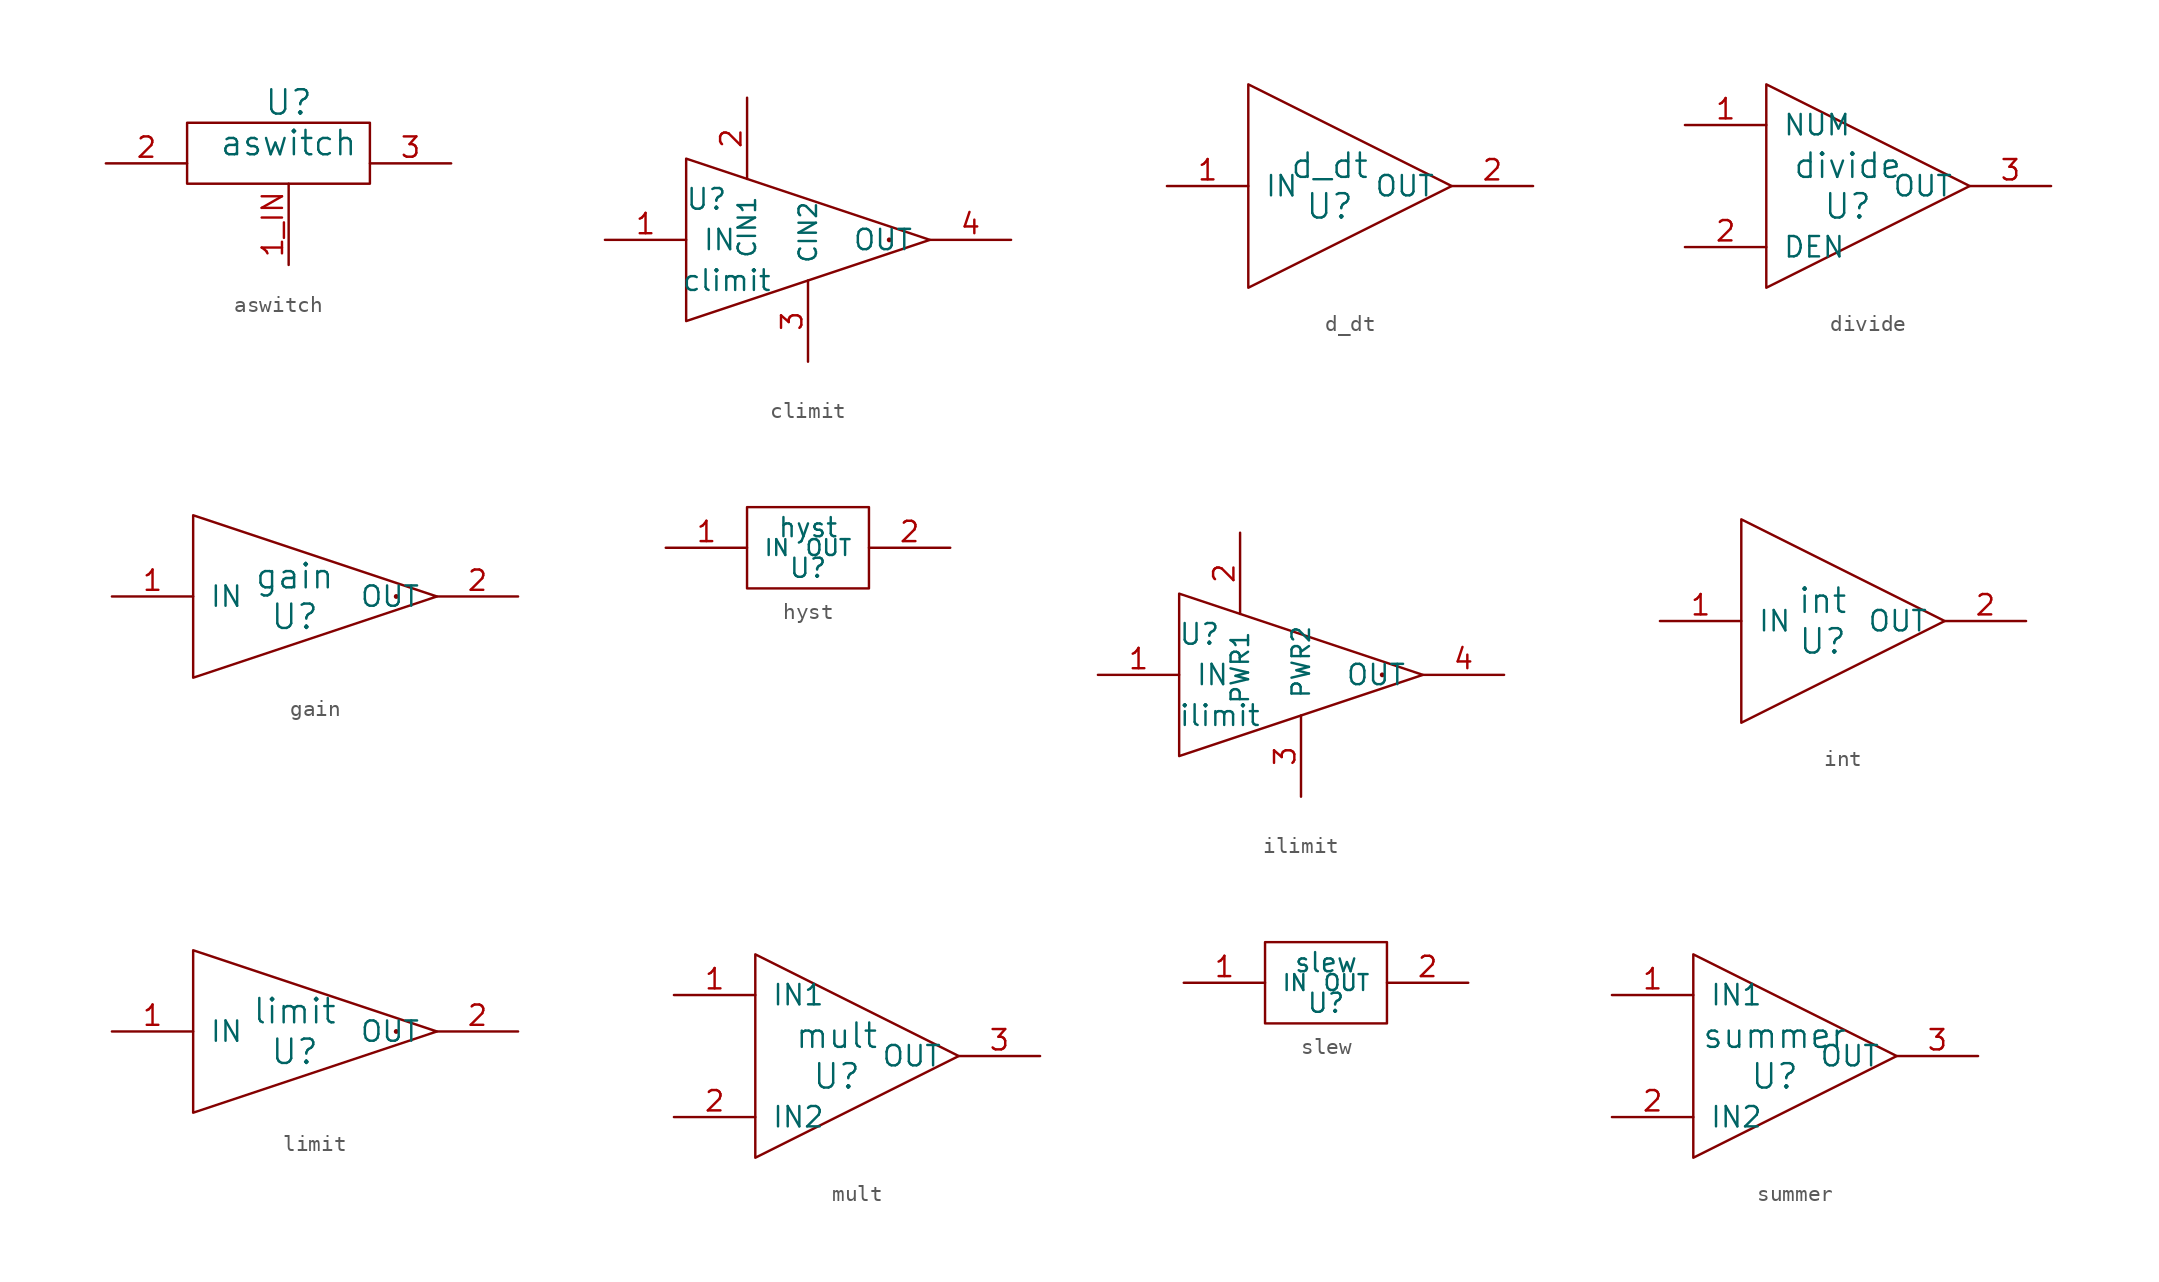
<source format=kicad_sym>
(kicad_symbol_lib
  (version 20211014)
  (generator kicad_symbol_editor)
  (symbol "aswitch"
    (pin_names
      (offset 1.016))
    (property "Reference" "U"
      (at 11.43 7.62 0)
      (effects (font (size 1.524 1.524))))
    (property "Value" "aswitch"
      (at 11.43 5.08 0)
      (effects (font (size 1.524 1.524))))
    (property "Footprint" ""
      (at 11.43 2.54 0)
      (effects (font (size 1.524 1.524))))
    (property "Datasheet" ""
      (at 11.43 2.54 0)
      (effects (font (size 1.524 1.524))))
    (symbol "aswitch_0_1"
      (rectangle (start 5.08 6.35) (end 16.51 2.54) (stroke (width 0) (type default) (color 0 0 0 0)) (fill (type none))))
    (symbol "aswitch_1_1"
      (pin input line (at 11.43 -2.54 90) (length 5.08) (name "~" (effects (font (size 0.508 0.508)))) (number "1_IN" (effects (font (size 1.27 1.27)))))
      (pin output line (at 0 3.81 0) (length 5.08) (name "~" (effects (font (size 1.27 1.27)))) (number "2" (effects (font (size 1.27 1.27)))))
      (pin output line (at 21.59 3.81 180) (length 5.08) (name "~" (effects (font (size 1.27 1.27)))) (number "3" (effects (font (size 1.27 1.27)))))))
  (symbol "climit"
    (pin_names
      (offset 1.016))
    (property "Reference" "U"
      (at -3.81 2.54 0)
      (effects (font (size 1.295 1.295))))
    (property "Value" "climit"
      (at -2.54 -2.54 0)
      (effects (font (size 1.295 1.295))))
    (property "Footprint" ""
      (at 0 1.27 0)
      (effects (font (size 1.524 1.524))))
    (property "Datasheet" ""
      (at 0 1.27 0)
      (effects (font (size 1.524 1.524))))
    (symbol "climit_0_1"
      (polyline (pts (xy -5.08 5.08) (xy -5.08 -5.08) (xy 10.16 0) (xy -5.08 5.08)) (stroke (width 0) (type default) (color 0 0 0 0)) (fill (type none)))
      (circle (center 7.62 0) (radius 0.0001) (stroke (width 0) (type default) (color 0 0 0 0)) (fill (type none))))
    (symbol "climit_1_1"
      (pin input line (at -10.16 0 0) (length 5.08) (name "IN" (effects (font (size 1.27 1.27)))) (number "1" (effects (font (size 1.27 1.27)))))
      (pin input line (at -1.27 8.89 270) (length 5.08) (name "CIN1" (effects (font (size 1.092 1.092)))) (number "2" (effects (font (size 1.27 1.27)))))
      (pin input line (at 2.54 -7.62 90) (length 5.08) (name "CIN2" (effects (font (size 1.092 1.092)))) (number "3" (effects (font (size 1.27 1.27)))))
      (pin output line (at 15.24 0 180) (length 5.08) (name "OUT" (effects (font (size 1.27 1.27)))) (number "4" (effects (font (size 1.27 1.27)))))))
  (symbol "d_dt"
    (pin_names
      (offset 1.016))
    (property "Reference" "U"
      (at 0 -1.27 0)
      (effects (font (size 1.524 1.524))))
    (property "Value" "d_dt"
      (at 0 1.27 0)
      (effects (font (size 1.524 1.524))))
    (property "Footprint" ""
      (at 0 0 0)
      (effects (font (size 1.524 1.524))))
    (property "Datasheet" ""
      (at 0 0 0)
      (effects (font (size 1.524 1.524))))
    (symbol "d_dt_0_1"
      (polyline (pts (xy -5.08 6.35) (xy -5.08 -6.35) (xy 7.62 0) (xy -5.08 6.35)) (stroke (width 0) (type default) (color 0 0 0 0)) (fill (type none))))
    (symbol "d_dt_1_1"
      (pin input line (at -10.16 0 0) (length 5.08) (name "IN" (effects (font (size 1.27 1.27)))) (number "1" (effects (font (size 1.27 1.27)))))
      (pin output line (at 12.7 0 180) (length 5.08) (name "OUT" (effects (font (size 1.27 1.27)))) (number "2" (effects (font (size 1.27 1.27)))))))
  (symbol "divide"
    (pin_names
      (offset 1.016))
    (property "Reference" "U"
      (at 0 -1.27 0)
      (effects (font (size 1.524 1.524))))
    (property "Value" "divide"
      (at 0 1.27 0)
      (effects (font (size 1.524 1.524))))
    (property "Footprint" ""
      (at 0 0 0)
      (effects (font (size 1.524 1.524))))
    (property "Datasheet" ""
      (at 0 0 0)
      (effects (font (size 1.524 1.524))))
    (symbol "divide_0_1"
      (polyline (pts (xy -5.08 6.35) (xy -5.08 -6.35) (xy 7.62 0) (xy -5.08 6.35)) (stroke (width 0) (type default) (color 0 0 0 0)) (fill (type none))))
    (symbol "divide_1_1"
      (pin input line (at -10.16 3.81 0) (length 5.08) (name "NUM" (effects (font (size 1.27 1.27)))) (number "1" (effects (font (size 1.27 1.27)))))
      (pin input line (at -10.16 -3.81 0) (length 5.08) (name "DEN" (effects (font (size 1.27 1.27)))) (number "2" (effects (font (size 1.27 1.27)))))
      (pin output line (at 12.7 0 180) (length 5.08) (name "OUT" (effects (font (size 1.27 1.27)))) (number "3" (effects (font (size 1.27 1.27)))))))
  (symbol "gain"
    (pin_names
      (offset 1.016))
    (property "Reference" "U"
      (at 1.27 -1.27 0)
      (effects (font (size 1.524 1.524))))
    (property "Value" "gain"
      (at 1.27 1.27 0)
      (effects (font (size 1.524 1.524))))
    (property "Footprint" ""
      (at 0 1.27 0)
      (effects (font (size 1.524 1.524))))
    (property "Datasheet" ""
      (at 0 1.27 0)
      (effects (font (size 1.524 1.524))))
    (symbol "gain_0_1"
      (polyline (pts (xy -5.08 5.08) (xy -5.08 -5.08) (xy 10.16 0) (xy -5.08 5.08)) (stroke (width 0) (type default) (color 0 0 0 0)) (fill (type none)))
      (circle (center 7.62 0) (radius 0.0001) (stroke (width 0) (type default) (color 0 0 0 0)) (fill (type none))))
    (symbol "gain_1_1"
      (pin input line (at -10.16 0 0) (length 5.08) (name "IN" (effects (font (size 1.27 1.27)))) (number "1" (effects (font (size 1.27 1.27)))))
      (pin output line (at 15.24 0 180) (length 5.08) (name "OUT" (effects (font (size 1.27 1.27)))) (number "2" (effects (font (size 1.27 1.27)))))))
  (symbol "hyst"
    (pin_names
      (offset 1.016))
    (property "Reference" "U"
      (at 0 0 0)
      (effects (font (size 1.194 1.194))))
    (property "Value" "hyst"
      (at 0 2.54 0)
      (effects (font (size 1.194 1.194))))
    (property "Footprint" ""
      (at 0 0 0)
      (effects (font (size 1.524 1.524))))
    (property "Datasheet" ""
      (at 0 0 0)
      (effects (font (size 1.524 1.524))))
    (symbol "hyst_0_1"
      (rectangle (start -3.81 3.81) (end 3.81 -1.27) (stroke (width 0) (type default) (color 0 0 0 0)) (fill (type none))))
    (symbol "hyst_1_1"
      (pin input line (at -8.89 1.27 0) (length 5.08) (name "IN" (effects (font (size 0.991 0.991)))) (number "1" (effects (font (size 1.27 1.27)))))
      (pin output line (at 8.89 1.27 180) (length 5.08) (name "OUT" (effects (font (size 0.991 0.991)))) (number "2" (effects (font (size 1.27 1.27)))))))
  (symbol "ilimit"
    (pin_names
      (offset 1.016))
    (property "Reference" "U"
      (at -3.81 2.54 0)
      (effects (font (size 1.295 1.295))))
    (property "Value" "ilimit"
      (at -2.54 -2.54 0)
      (effects (font (size 1.295 1.295))))
    (property "Footprint" ""
      (at 0 1.27 0)
      (effects (font (size 1.524 1.524))))
    (property "Datasheet" ""
      (at 0 1.27 0)
      (effects (font (size 1.524 1.524))))
    (symbol "ilimit_0_1"
      (polyline (pts (xy -5.08 5.08) (xy -5.08 -5.08) (xy 10.16 0) (xy -5.08 5.08)) (stroke (width 0) (type default) (color 0 0 0 0)) (fill (type none)))
      (circle (center 7.62 0) (radius 0.0001) (stroke (width 0) (type default) (color 0 0 0 0)) (fill (type none))))
    (symbol "ilimit_1_1"
      (pin input line (at -10.16 0 0) (length 5.08) (name "IN" (effects (font (size 1.27 1.27)))) (number "1" (effects (font (size 1.27 1.27)))))
      (pin bidirectional line (at -1.27 8.89 270) (length 5.08) (name "PWR1" (effects (font (size 1.092 1.092)))) (number "2" (effects (font (size 1.27 1.27)))))
      (pin bidirectional line (at 2.54 -7.62 90) (length 5.08) (name "PWR2" (effects (font (size 1.092 1.092)))) (number "3" (effects (font (size 1.27 1.27)))))
      (pin output line (at 15.24 0 180) (length 5.08) (name "OUT" (effects (font (size 1.27 1.27)))) (number "4" (effects (font (size 1.27 1.27)))))))
  (symbol "int"
    (pin_names
      (offset 1.016))
    (property "Reference" "U"
      (at 0 -1.27 0)
      (effects (font (size 1.524 1.524))))
    (property "Value" "int"
      (at 0 1.27 0)
      (effects (font (size 1.524 1.524))))
    (property "Footprint" ""
      (at 0 0 0)
      (effects (font (size 1.524 1.524))))
    (property "Datasheet" ""
      (at 0 0 0)
      (effects (font (size 1.524 1.524))))
    (symbol "int_0_1"
      (polyline (pts (xy -5.08 6.35) (xy -5.08 -6.35) (xy 7.62 0) (xy -5.08 6.35)) (stroke (width 0) (type default) (color 0 0 0 0)) (fill (type none))))
    (symbol "int_1_1"
      (pin input line (at -10.16 0 0) (length 5.08) (name "IN" (effects (font (size 1.27 1.27)))) (number "1" (effects (font (size 1.27 1.27)))))
      (pin output line (at 12.7 0 180) (length 5.08) (name "OUT" (effects (font (size 1.27 1.27)))) (number "2" (effects (font (size 1.27 1.27)))))))
  (symbol "limit"
    (pin_names
      (offset 1.016))
    (property "Reference" "U"
      (at 1.27 -1.27 0)
      (effects (font (size 1.524 1.524))))
    (property "Value" "limit"
      (at 1.27 1.27 0)
      (effects (font (size 1.524 1.524))))
    (property "Footprint" ""
      (at 0 1.27 0)
      (effects (font (size 1.524 1.524))))
    (property "Datasheet" ""
      (at 0 1.27 0)
      (effects (font (size 1.524 1.524))))
    (symbol "limit_0_1"
      (polyline (pts (xy -5.08 5.08) (xy -5.08 -5.08) (xy 10.16 0) (xy -5.08 5.08)) (stroke (width 0) (type default) (color 0 0 0 0)) (fill (type none)))
      (circle (center 7.62 0) (radius 0.0001) (stroke (width 0) (type default) (color 0 0 0 0)) (fill (type none))))
    (symbol "limit_1_1"
      (pin input line (at -10.16 0 0) (length 5.08) (name "IN" (effects (font (size 1.27 1.27)))) (number "1" (effects (font (size 1.27 1.27)))))
      (pin output line (at 15.24 0 180) (length 5.08) (name "OUT" (effects (font (size 1.27 1.27)))) (number "2" (effects (font (size 1.27 1.27)))))))
  (symbol "mult"
    (pin_names
      (offset 1.016))
    (property "Reference" "U"
      (at 0 -1.27 0)
      (effects (font (size 1.524 1.524))))
    (property "Value" "mult"
      (at 0 1.27 0)
      (effects (font (size 1.524 1.524))))
    (property "Footprint" ""
      (at 0 0 0)
      (effects (font (size 1.524 1.524))))
    (property "Datasheet" ""
      (at 0 0 0)
      (effects (font (size 1.524 1.524))))
    (symbol "mult_0_1"
      (polyline (pts (xy -5.08 6.35) (xy -5.08 -6.35) (xy 7.62 0) (xy -5.08 6.35)) (stroke (width 0) (type default) (color 0 0 0 0)) (fill (type none))))
    (symbol "mult_1_1"
      (pin input line (at -10.16 3.81 0) (length 5.08) (name "IN1" (effects (font (size 1.27 1.27)))) (number "1" (effects (font (size 1.27 1.27)))))
      (pin input line (at -10.16 -3.81 0) (length 5.08) (name "IN2" (effects (font (size 1.27 1.27)))) (number "2" (effects (font (size 1.27 1.27)))))
      (pin output line (at 12.7 0 180) (length 5.08) (name "OUT" (effects (font (size 1.27 1.27)))) (number "3" (effects (font (size 1.27 1.27)))))))
  (symbol "slew"
    (pin_names
      (offset 1.016))
    (property "Reference" "U"
      (at 0 0 0)
      (effects (font (size 1.194 1.194))))
    (property "Value" "slew"
      (at 0 2.54 0)
      (effects (font (size 1.194 1.194))))
    (property "Footprint" ""
      (at 0 0 0)
      (effects (font (size 1.524 1.524))))
    (property "Datasheet" ""
      (at 0 0 0)
      (effects (font (size 1.524 1.524))))
    (symbol "slew_0_1"
      (rectangle (start -3.81 3.81) (end 3.81 -1.27) (stroke (width 0) (type default) (color 0 0 0 0)) (fill (type none))))
    (symbol "slew_1_1"
      (pin input line (at -8.89 1.27 0) (length 5.08) (name "IN" (effects (font (size 0.991 0.991)))) (number "1" (effects (font (size 1.27 1.27)))))
      (pin output line (at 8.89 1.27 180) (length 5.08) (name "OUT" (effects (font (size 0.991 0.991)))) (number "2" (effects (font (size 1.27 1.27)))))))
  (symbol "summer"
    (pin_names
      (offset 1.016))
    (property "Reference" "U"
      (at 0 -1.27 0)
      (effects (font (size 1.524 1.524))))
    (property "Value" "summer"
      (at 0 1.27 0)
      (effects (font (size 1.524 1.524))))
    (property "Footprint" ""
      (at 0 0 0)
      (effects (font (size 1.524 1.524))))
    (property "Datasheet" ""
      (at 0 0 0)
      (effects (font (size 1.524 1.524))))
    (symbol "summer_0_1"
      (polyline (pts (xy -5.08 6.35) (xy -5.08 -6.35) (xy 7.62 0) (xy -5.08 6.35)) (stroke (width 0) (type default) (color 0 0 0 0)) (fill (type none))))
    (symbol "summer_1_1"
      (pin input line (at -10.16 3.81 0) (length 5.08) (name "IN1" (effects (font (size 1.27 1.27)))) (number "1" (effects (font (size 1.27 1.27)))))
      (pin input line (at -10.16 -3.81 0) (length 5.08) (name "IN2" (effects (font (size 1.27 1.27)))) (number "2" (effects (font (size 1.27 1.27)))))
      (pin output line (at 12.7 0 180) (length 5.08) (name "OUT" (effects (font (size 1.27 1.27)))) (number "3" (effects (font (size 1.27 1.27))))))))
</source>
